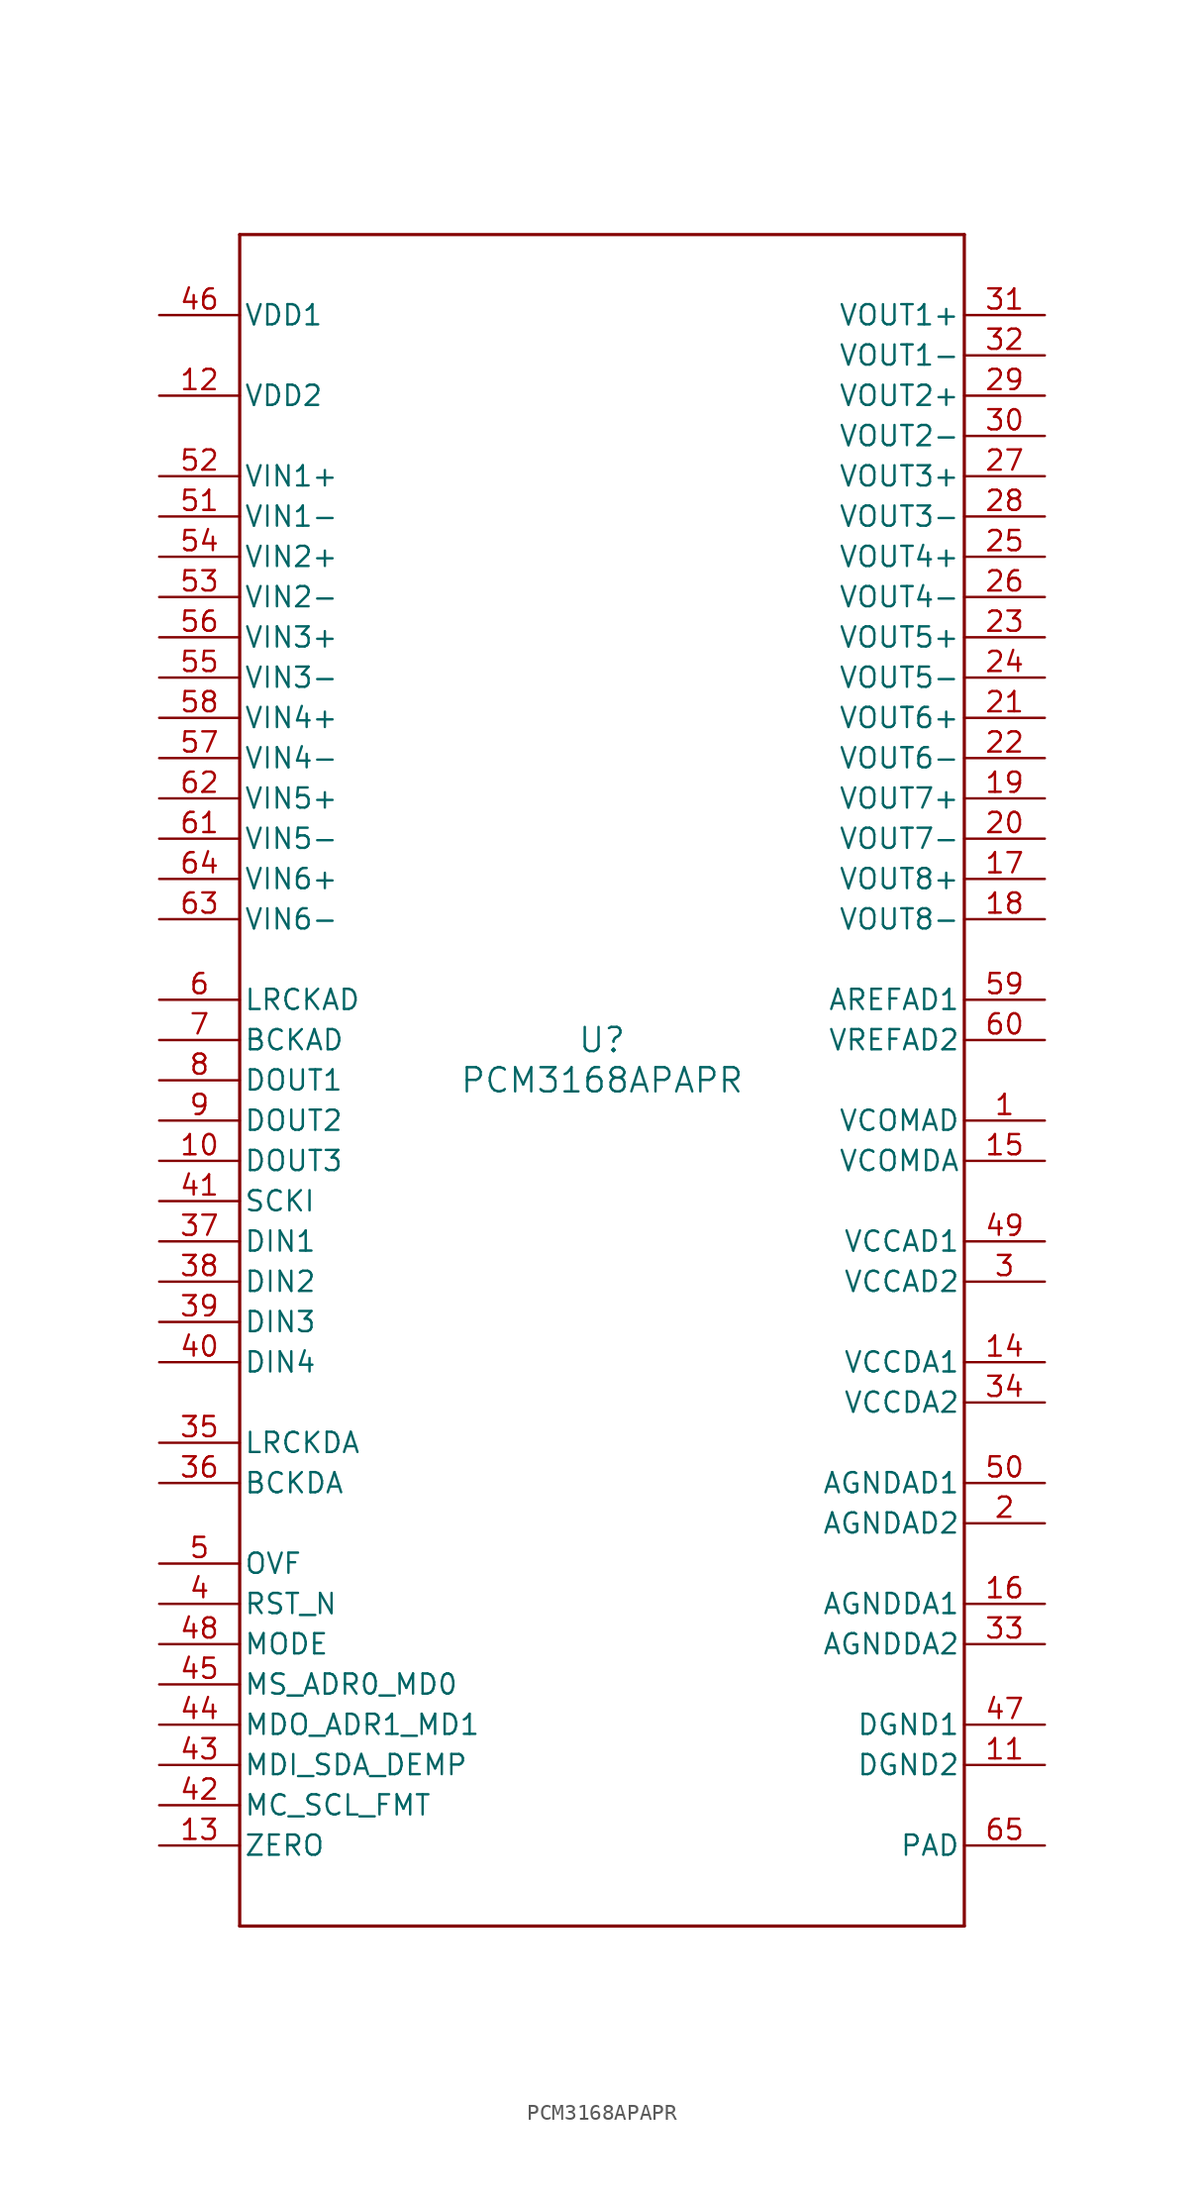
<source format=kicad_sym>
(kicad_symbol_lib
  (version 20241209)
  (generator "kicad_symbol_editor")
  (generator_version "9.0")
  (symbol "PCM3168APAPR"
    (pin_names
      (offset 0.254))
    (property "Reference" "U"
      (at 0 2.54 0)
      (effects (font (size 1.524 1.524))))
    (property "Value" "PCM3168APAPR"
      (at 0 0 0)
      (effects (font (size 1.524 1.524))))
    (property "ki_locked" ""
      (at 0 0 0)
      (effects (font (size 1.27 1.27))))
    (symbol "PCM3168APAPR_0_1"
      (polyline (pts (xy -22.86 53.34) (xy -22.86 -53.34)) (stroke (width 0.203) (type default)) (fill (type none)))
      (polyline (pts (xy -22.86 -53.34) (xy 22.86 -53.34)) (stroke (width 0.203) (type default)) (fill (type none)))
      (polyline (pts (xy 22.86 53.34) (xy -22.86 53.34)) (stroke (width 0.203) (type default)) (fill (type none)))
      (polyline (pts (xy 22.86 -53.34) (xy 22.86 53.34)) (stroke (width 0.203) (type default)) (fill (type none)))
      (pin power_in line (at -27.94 48.26 0) (length 5.08) (name "VDD1" (effects (font (size 1.27 1.27)))) (number "46" (effects (font (size 1.27 1.27)))))
      (pin power_in line (at -27.94 43.18 0) (length 5.08) (name "VDD2" (effects (font (size 1.27 1.27)))) (number "12" (effects (font (size 1.27 1.27)))))
      (pin input line (at -27.94 38.1 0) (length 5.08) (name "VIN1+" (effects (font (size 1.27 1.27)))) (number "52" (effects (font (size 1.27 1.27)))))
      (pin input line (at -27.94 35.56 0) (length 5.08) (name "VIN1-" (effects (font (size 1.27 1.27)))) (number "51" (effects (font (size 1.27 1.27)))))
      (pin input line (at -27.94 33.02 0) (length 5.08) (name "VIN2+" (effects (font (size 1.27 1.27)))) (number "54" (effects (font (size 1.27 1.27)))))
      (pin input line (at -27.94 30.48 0) (length 5.08) (name "VIN2-" (effects (font (size 1.27 1.27)))) (number "53" (effects (font (size 1.27 1.27)))))
      (pin input line (at -27.94 27.94 0) (length 5.08) (name "VIN3+" (effects (font (size 1.27 1.27)))) (number "56" (effects (font (size 1.27 1.27)))))
      (pin input line (at -27.94 25.4 0) (length 5.08) (name "VIN3-" (effects (font (size 1.27 1.27)))) (number "55" (effects (font (size 1.27 1.27)))))
      (pin input line (at -27.94 22.86 0) (length 5.08) (name "VIN4+" (effects (font (size 1.27 1.27)))) (number "58" (effects (font (size 1.27 1.27)))))
      (pin input line (at -27.94 20.32 0) (length 5.08) (name "VIN4-" (effects (font (size 1.27 1.27)))) (number "57" (effects (font (size 1.27 1.27)))))
      (pin input line (at -27.94 17.78 0) (length 5.08) (name "VIN5+" (effects (font (size 1.27 1.27)))) (number "62" (effects (font (size 1.27 1.27)))))
      (pin input line (at -27.94 15.24 0) (length 5.08) (name "VIN5-" (effects (font (size 1.27 1.27)))) (number "61" (effects (font (size 1.27 1.27)))))
      (pin input line (at -27.94 12.7 0) (length 5.08) (name "VIN6+" (effects (font (size 1.27 1.27)))) (number "64" (effects (font (size 1.27 1.27)))))
      (pin input line (at -27.94 10.16 0) (length 5.08) (name "VIN6-" (effects (font (size 1.27 1.27)))) (number "63" (effects (font (size 1.27 1.27)))))
      (pin bidirectional line (at -27.94 5.08 0) (length 5.08) (name "LRCKAD" (effects (font (size 1.27 1.27)))) (number "6" (effects (font (size 1.27 1.27)))))
      (pin bidirectional line (at -27.94 2.54 0) (length 5.08) (name "BCKAD" (effects (font (size 1.27 1.27)))) (number "7" (effects (font (size 1.27 1.27)))))
      (pin output line (at -27.94 0 0) (length 5.08) (name "DOUT1" (effects (font (size 1.27 1.27)))) (number "8" (effects (font (size 1.27 1.27)))))
      (pin output line (at -27.94 -2.54 0) (length 5.08) (name "DOUT2" (effects (font (size 1.27 1.27)))) (number "9" (effects (font (size 1.27 1.27)))))
      (pin output line (at -27.94 -5.08 0) (length 5.08) (name "DOUT3" (effects (font (size 1.27 1.27)))) (number "10" (effects (font (size 1.27 1.27)))))
      (pin input line (at -27.94 -7.62 0) (length 5.08) (name "SCKI" (effects (font (size 1.27 1.27)))) (number "41" (effects (font (size 1.27 1.27)))))
      (pin input line (at -27.94 -10.16 0) (length 5.08) (name "DIN1" (effects (font (size 1.27 1.27)))) (number "37" (effects (font (size 1.27 1.27)))))
      (pin input line (at -27.94 -12.7 0) (length 5.08) (name "DIN2" (effects (font (size 1.27 1.27)))) (number "38" (effects (font (size 1.27 1.27)))))
      (pin input line (at -27.94 -15.24 0) (length 5.08) (name "DIN3" (effects (font (size 1.27 1.27)))) (number "39" (effects (font (size 1.27 1.27)))))
      (pin input line (at -27.94 -17.78 0) (length 5.08) (name "DIN4" (effects (font (size 1.27 1.27)))) (number "40" (effects (font (size 1.27 1.27)))))
      (pin bidirectional line (at -27.94 -22.86 0) (length 5.08) (name "LRCKDA" (effects (font (size 1.27 1.27)))) (number "35" (effects (font (size 1.27 1.27)))))
      (pin bidirectional line (at -27.94 -25.4 0) (length 5.08) (name "BCKDA" (effects (font (size 1.27 1.27)))) (number "36" (effects (font (size 1.27 1.27)))))
      (pin output line (at -27.94 -30.48 0) (length 5.08) (name "OVF" (effects (font (size 1.27 1.27)))) (number "5" (effects (font (size 1.27 1.27)))))
      (pin input line (at -27.94 -33.02 0) (length 5.08) (name "RST_N" (effects (font (size 1.27 1.27)))) (number "4" (effects (font (size 1.27 1.27)))))
      (pin input line (at -27.94 -35.56 0) (length 5.08) (name "MODE" (effects (font (size 1.27 1.27)))) (number "48" (effects (font (size 1.27 1.27)))))
      (pin input line (at -27.94 -38.1 0) (length 5.08) (name "MS_ADR0_MD0" (effects (font (size 1.27 1.27)))) (number "45" (effects (font (size 1.27 1.27)))))
      (pin bidirectional line (at -27.94 -43.18 0) (length 5.08) (name "MDI_SDA_DEMP" (effects (font (size 1.27 1.27)))) (number "43" (effects (font (size 1.27 1.27)))))
      (pin input line (at -27.94 -45.72 0) (length 5.08) (name "MC_SCL_FMT" (effects (font (size 1.27 1.27)))) (number "42" (effects (font (size 1.27 1.27)))))
      (pin output line (at -27.94 -48.26 0) (length 5.08) (name "ZERO" (effects (font (size 1.27 1.27)))) (number "13" (effects (font (size 1.27 1.27)))))
      (pin output line (at 27.94 48.26 180) (length 5.08) (name "VOUT1+" (effects (font (size 1.27 1.27)))) (number "31" (effects (font (size 1.27 1.27)))))
      (pin output line (at 27.94 45.72 180) (length 5.08) (name "VOUT1-" (effects (font (size 1.27 1.27)))) (number "32" (effects (font (size 1.27 1.27)))))
      (pin output line (at 27.94 43.18 180) (length 5.08) (name "VOUT2+" (effects (font (size 1.27 1.27)))) (number "29" (effects (font (size 1.27 1.27)))))
      (pin output line (at 27.94 40.64 180) (length 5.08) (name "VOUT2-" (effects (font (size 1.27 1.27)))) (number "30" (effects (font (size 1.27 1.27)))))
      (pin output line (at 27.94 38.1 180) (length 5.08) (name "VOUT3+" (effects (font (size 1.27 1.27)))) (number "27" (effects (font (size 1.27 1.27)))))
      (pin output line (at 27.94 35.56 180) (length 5.08) (name "VOUT3-" (effects (font (size 1.27 1.27)))) (number "28" (effects (font (size 1.27 1.27)))))
      (pin output line (at 27.94 33.02 180) (length 5.08) (name "VOUT4+" (effects (font (size 1.27 1.27)))) (number "25" (effects (font (size 1.27 1.27)))))
      (pin output line (at 27.94 30.48 180) (length 5.08) (name "VOUT4-" (effects (font (size 1.27 1.27)))) (number "26" (effects (font (size 1.27 1.27)))))
      (pin output line (at 27.94 27.94 180) (length 5.08) (name "VOUT5+" (effects (font (size 1.27 1.27)))) (number "23" (effects (font (size 1.27 1.27)))))
      (pin output line (at 27.94 25.4 180) (length 5.08) (name "VOUT5-" (effects (font (size 1.27 1.27)))) (number "24" (effects (font (size 1.27 1.27)))))
      (pin output line (at 27.94 22.86 180) (length 5.08) (name "VOUT6+" (effects (font (size 1.27 1.27)))) (number "21" (effects (font (size 1.27 1.27)))))
      (pin output line (at 27.94 20.32 180) (length 5.08) (name "VOUT6-" (effects (font (size 1.27 1.27)))) (number "22" (effects (font (size 1.27 1.27)))))
      (pin output line (at 27.94 17.78 180) (length 5.08) (name "VOUT7+" (effects (font (size 1.27 1.27)))) (number "19" (effects (font (size 1.27 1.27)))))
      (pin output line (at 27.94 15.24 180) (length 5.08) (name "VOUT7-" (effects (font (size 1.27 1.27)))) (number "20" (effects (font (size 1.27 1.27)))))
      (pin output line (at 27.94 12.7 180) (length 5.08) (name "VOUT8+" (effects (font (size 1.27 1.27)))) (number "17" (effects (font (size 1.27 1.27)))))
      (pin output line (at 27.94 10.16 180) (length 5.08) (name "VOUT8-" (effects (font (size 1.27 1.27)))) (number "18" (effects (font (size 1.27 1.27)))))
      (pin power_in line (at 27.94 2.54 180) (length 5.08) (name "VREFAD2" (effects (font (size 1.27 1.27)))) (number "60" (effects (font (size 1.27 1.27)))))
      (pin power_in line (at 27.94 -2.54 180) (length 5.08) (name "VCOMAD" (effects (font (size 1.27 1.27)))) (number "1" (effects (font (size 1.27 1.27)))))
      (pin power_in line (at 27.94 -5.08 180) (length 5.08) (name "VCOMDA" (effects (font (size 1.27 1.27)))) (number "15" (effects (font (size 1.27 1.27)))))
      (pin power_in line (at 27.94 -10.16 180) (length 5.08) (name "VCCAD1" (effects (font (size 1.27 1.27)))) (number "49" (effects (font (size 1.27 1.27)))))
      (pin power_in line (at 27.94 -12.7 180) (length 5.08) (name "VCCAD2" (effects (font (size 1.27 1.27)))) (number "3" (effects (font (size 1.27 1.27)))))
      (pin power_in line (at 27.94 -17.78 180) (length 5.08) (name "VCCDA1" (effects (font (size 1.27 1.27)))) (number "14" (effects (font (size 1.27 1.27)))))
      (pin power_in line (at 27.94 -20.32 180) (length 5.08) (name "VCCDA2" (effects (font (size 1.27 1.27)))) (number "34" (effects (font (size 1.27 1.27)))))
      (pin power_in line (at 27.94 -25.4 180) (length 5.08) (name "AGNDAD1" (effects (font (size 1.27 1.27)))) (number "50" (effects (font (size 1.27 1.27)))))
      (pin power_in line (at 27.94 -27.94 180) (length 5.08) (name "AGNDAD2" (effects (font (size 1.27 1.27)))) (number "2" (effects (font (size 1.27 1.27)))))
      (pin power_in line (at 27.94 -33.02 180) (length 5.08) (name "AGNDDA1" (effects (font (size 1.27 1.27)))) (number "16" (effects (font (size 1.27 1.27)))))
      (pin power_in line (at 27.94 -35.56 180) (length 5.08) (name "AGNDDA2" (effects (font (size 1.27 1.27)))) (number "33" (effects (font (size 1.27 1.27)))))
      (pin power_in line (at 27.94 -40.64 180) (length 5.08) (name "DGND1" (effects (font (size 1.27 1.27)))) (number "47" (effects (font (size 1.27 1.27)))))
      (pin power_in line (at 27.94 -43.18 180) (length 5.08) (name "DGND2" (effects (font (size 1.27 1.27)))) (number "11" (effects (font (size 1.27 1.27)))))
      (pin power_in line (at 27.94 -48.26 180) (length 5.08) (name "PAD" (effects (font (size 1.27 1.27)))) (number "65" (effects (font (size 1.27 1.27))))))
    (symbol "PCM3168APAPR_1_1"
      (pin bidirectional line (at -27.94 -40.64 0) (length 5.08) (name "MDO_ADR1_MD1" (effects (font (size 1.27 1.27)))) (number "44" (effects (font (size 1.27 1.27)))))
      (pin power_in line (at 27.94 5.08 180) (length 5.08) (name "AREFAD1" (effects (font (size 1.27 1.27)))) (number "59" (effects (font (size 1.27 1.27))))))))
</source>
